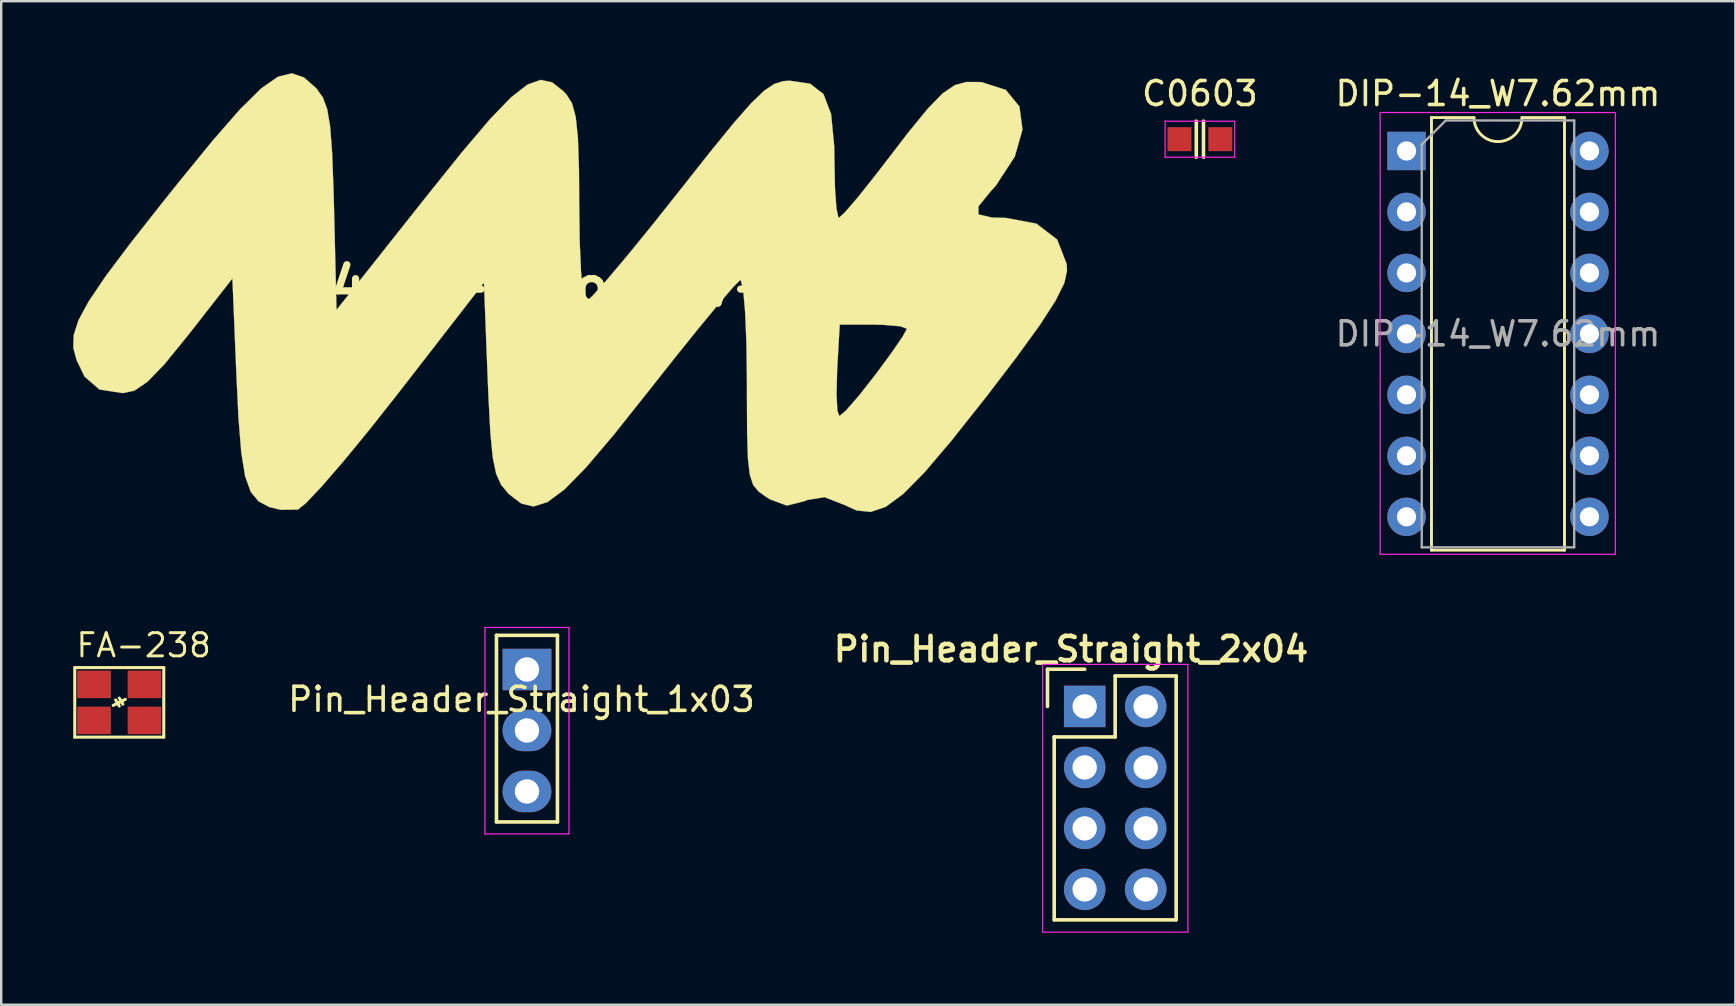
<source format=kicad_pcb>
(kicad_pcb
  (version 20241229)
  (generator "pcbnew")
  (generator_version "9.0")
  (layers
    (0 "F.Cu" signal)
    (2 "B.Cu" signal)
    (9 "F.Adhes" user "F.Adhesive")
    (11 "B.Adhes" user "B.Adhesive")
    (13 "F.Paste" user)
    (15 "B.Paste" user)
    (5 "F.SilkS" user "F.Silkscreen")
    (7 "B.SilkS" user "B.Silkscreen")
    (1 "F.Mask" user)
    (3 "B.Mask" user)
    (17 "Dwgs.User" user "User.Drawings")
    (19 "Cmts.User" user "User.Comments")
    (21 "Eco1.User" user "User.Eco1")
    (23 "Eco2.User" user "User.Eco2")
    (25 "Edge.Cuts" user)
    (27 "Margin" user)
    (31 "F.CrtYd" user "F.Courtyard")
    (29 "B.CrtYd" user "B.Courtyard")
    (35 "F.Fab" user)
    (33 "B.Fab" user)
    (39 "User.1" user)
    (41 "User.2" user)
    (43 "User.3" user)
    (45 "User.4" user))
  (footprint "FA-238"
    (layer "F.Cu")
    (at 1.918 26.208)
    (property "Reference" "FA-238" (at -1.865 -1.814 0) (layer "F.SilkS") (effects (font (size 0.965 0.965) (thickness 0.122)) (justify left bottom)))
    (attr through_hole)
    (fp_line (start -1.854 -1.448) (end 1.854 -1.448) (stroke (width 0.127) (type solid)) (layer "F.SilkS"))
    (fp_line (start -1.854 1.448) (end -1.854 -1.448) (stroke (width 0.127) (type solid)) (layer "F.SilkS"))
    (fp_line (start -0.254 0.127) (end 0.254 -0.127) (stroke (width 0.127) (type solid)) (layer "F.SilkS"))
    (fp_line (start -0.152 -0.102) (end 0 0.152) (stroke (width 0.127) (type solid)) (layer "F.SilkS"))
    (fp_line (start 0 -0.178) (end 0.152 0.076) (stroke (width 0.127) (type solid)) (layer "F.SilkS"))
    (fp_line (start 1.854 -1.448) (end 1.854 1.448) (stroke (width 0.127) (type solid)) (layer "F.SilkS"))
    (fp_line (start 1.854 1.448) (end -1.854 1.448) (stroke (width 0.127) (type solid)) (layer "F.SilkS"))
    (pad "1" smd rect (at -1.05 0.75) (size 1.4 1.15) (layers "F.Cu" "F.Mask" "F.Paste"))
    (pad "2" smd rect (at 1.05 -0.75) (size 1.4 1.15) (layers "F.Cu" "F.Mask" "F.Paste"))
    (pad "3" smd rect (at 1.05 0.75) (size 1.4 1.15) (layers "F.Cu" "F.Mask" "F.Paste"))
    (pad "4" smd rect (at -1.05 -0.75) (size 1.4 1.15) (layers "F.Cu" "F.Mask" "F.Paste")))
  (footprint "Pin_Header_Straight_1x03"
    (layer "F.Cu")
    (at 18.901 24.838)
    (property "Reference" "Pin_Header_Straight_1x03" (at -0.229 1.245 0) (layer "F.SilkS") (effects (font (size 1 1) (thickness 0.15))))
    (attr through_hole)
    (fp_line (start -1.27 -1.422) (end -1.27 6.35) (stroke (width 0.15) (type solid)) (layer "F.SilkS"))
    (fp_line (start -1.27 6.35) (end 1.27 6.35) (stroke (width 0.15) (type solid)) (layer "F.SilkS"))
    (fp_line (start 1.27 -1.422) (end -1.27 -1.422) (stroke (width 0.15) (type solid)) (layer "F.SilkS"))
    (fp_line (start 1.27 6.35) (end 1.27 -1.422) (stroke (width 0.15) (type solid)) (layer "F.SilkS"))
    (fp_line (start -1.75 -1.75) (end -1.75 6.85) (stroke (width 0.05) (type solid)) (layer "F.CrtYd"))
    (fp_line (start -1.75 -1.75) (end 1.75 -1.75) (stroke (width 0.05) (type solid)) (layer "F.CrtYd"))
    (fp_line (start -1.75 6.85) (end 1.75 6.85) (stroke (width 0.05) (type solid)) (layer "F.CrtYd"))
    (fp_line (start 1.75 -1.75) (end 1.75 6.85) (stroke (width 0.05) (type solid)) (layer "F.CrtYd"))
    (pad "1" thru_hole rect (at 0 0) (size 2.032 1.727) (drill 1.016) (layers "*.Cu"))
    (pad "2" thru_hole oval (at 0 2.54) (size 2.032 1.727) (drill 1.016) (layers "*.Cu"))
    (pad "3" thru_hole oval (at 0 5.08) (size 2.032 1.727) (drill 1.016) (layers "*.Cu")))
  (footprint "Pin_Header_Straight_2x04"
    (layer "F.Cu")
    (at 42.133 26.377)
    (property "Reference" "Pin_Header_Straight_2x04" (at -0.567 -2.385 0) (layer "F.SilkS") (effects (font (size 1.016 1.016) (thickness 0.191))))
    (attr through_hole)
    (fp_line (start -1.55 -1.55) (end -1.55 0) (stroke (width 0.15) (type solid)) (layer "F.SilkS"))
    (fp_line (start -1.27 1.27) (end -1.27 8.89) (stroke (width 0.15) (type solid)) (layer "F.SilkS"))
    (fp_line (start -1.27 8.89) (end 3.81 8.89) (stroke (width 0.15) (type solid)) (layer "F.SilkS"))
    (fp_line (start 0 -1.55) (end -1.55 -1.55) (stroke (width 0.15) (type solid)) (layer "F.SilkS"))
    (fp_line (start 1.27 -1.27) (end 1.27 1.27) (stroke (width 0.15) (type solid)) (layer "F.SilkS"))
    (fp_line (start 1.27 1.27) (end -1.27 1.27) (stroke (width 0.15) (type solid)) (layer "F.SilkS"))
    (fp_line (start 3.81 -1.27) (end 1.27 -1.27) (stroke (width 0.15) (type solid)) (layer "F.SilkS"))
    (fp_line (start 3.81 8.89) (end 3.81 -1.27) (stroke (width 0.15) (type solid)) (layer "F.SilkS"))
    (fp_line (start -1.75 -1.75) (end -1.75 9.4) (stroke (width 0.05) (type solid)) (layer "F.CrtYd"))
    (fp_line (start -1.75 -1.75) (end 4.3 -1.75) (stroke (width 0.05) (type solid)) (layer "F.CrtYd"))
    (fp_line (start -1.75 9.4) (end 4.3 9.4) (stroke (width 0.05) (type solid)) (layer "F.CrtYd"))
    (fp_line (start 4.3 -1.75) (end 4.3 9.4) (stroke (width 0.05) (type solid)) (layer "F.CrtYd"))
    (pad "1" thru_hole rect (at 0 0) (size 1.727 1.727) (drill 1.016) (layers "*.Cu" "*.Mask"))
    (pad "2" thru_hole oval (at 2.54 0) (size 1.727 1.727) (drill 1.016) (layers "*.Cu" "*.Mask"))
    (pad "3" thru_hole oval (at 0 2.54) (size 1.727 1.727) (drill 1.016) (layers "*.Cu" "*.Mask"))
    (pad "4" thru_hole oval (at 2.54 2.54) (size 1.727 1.727) (drill 1.016) (layers "*.Cu" "*.Mask"))
    (pad "5" thru_hole oval (at 0 5.08) (size 1.727 1.727) (drill 1.016) (layers "*.Cu" "*.Mask"))
    (pad "6" thru_hole oval (at 2.54 5.08) (size 1.727 1.727) (drill 1.016) (layers "*.Cu" "*.Mask"))
    (pad "7" thru_hole oval (at 0 7.62) (size 1.727 1.727) (drill 1.016) (layers "*.Cu" "*.Mask"))
    (pad "8" thru_hole oval (at 2.54 7.62) (size 1.727 1.727) (drill 1.016) (layers "*.Cu" "*.Mask")))
  (footprint "DIP-14_W7.62mm"
    (layer "F.Cu")
    (at 55.539 3.238)
    (property "Reference" "DIP-14_W7.62mm" (at 3.81 -2.39 0) (layer "F.SilkS") (effects (font (size 1 1) (thickness 0.15))))
    (attr through_hole)
    (fp_line (start 1.04 -1.39) (end 1.04 16.63) (stroke (width 0.12) (type solid)) (layer "F.SilkS"))
    (fp_line (start 1.04 16.63) (end 6.58 16.63) (stroke (width 0.12) (type solid)) (layer "F.SilkS"))
    (fp_line (start 2.81 -1.39) (end 1.04 -1.39) (stroke (width 0.12) (type solid)) (layer "F.SilkS"))
    (fp_line (start 6.58 -1.39) (end 4.81 -1.39) (stroke (width 0.12) (type solid)) (layer "F.SilkS"))
    (fp_line (start 6.58 16.63) (end 6.58 -1.39) (stroke (width 0.12) (type solid)) (layer "F.SilkS"))
    (fp_arc (start 4.81 -1.39) (mid 3.81 -0.39) (end 2.81 -1.39) (stroke (width 0.12) (type solid)) (layer "F.SilkS"))
    (fp_line (start -1.1 -1.6) (end -1.1 16.8) (stroke (width 0.05) (type solid)) (layer "F.CrtYd"))
    (fp_line (start -1.1 16.8) (end 8.7 16.8) (stroke (width 0.05) (type solid)) (layer "F.CrtYd"))
    (fp_line (start 8.7 -1.6) (end -1.1 -1.6) (stroke (width 0.05) (type solid)) (layer "F.CrtYd"))
    (fp_line (start 8.7 16.8) (end 8.7 -1.6) (stroke (width 0.05) (type solid)) (layer "F.CrtYd"))
    (fp_line (start 0.635 -0.27) (end 1.635 -1.27) (stroke (width 0.1) (type solid)) (layer "F.Fab"))
    (fp_line (start 0.635 16.51) (end 0.635 -0.27) (stroke (width 0.1) (type solid)) (layer "F.Fab"))
    (fp_line (start 1.635 -1.27) (end 6.985 -1.27) (stroke (width 0.1) (type solid)) (layer "F.Fab"))
    (fp_line (start 6.985 -1.27) (end 6.985 16.51) (stroke (width 0.1) (type solid)) (layer "F.Fab"))
    (fp_line (start 6.985 16.51) (end 0.635 16.51) (stroke (width 0.1) (type solid)) (layer "F.Fab"))
    (fp_text user "${REFERENCE}" (at 3.81 7.62 0) (layer "F.Fab") (effects (font (size 1 1) (thickness 0.15))))
    (pad "1" thru_hole rect (at 0 0) (size 1.6 1.6) (drill 0.8) (layers "*.Cu" "*.Mask"))
    (pad "2" thru_hole oval (at 0 2.54) (size 1.6 1.6) (drill 0.8) (layers "*.Cu" "*.Mask"))
    (pad "3" thru_hole oval (at 0 5.08) (size 1.6 1.6) (drill 0.8) (layers "*.Cu" "*.Mask"))
    (pad "4" thru_hole oval (at 0 7.62) (size 1.6 1.6) (drill 0.8) (layers "*.Cu" "*.Mask"))
    (pad "5" thru_hole oval (at 0 10.16) (size 1.6 1.6) (drill 0.8) (layers "*.Cu" "*.Mask"))
    (pad "6" thru_hole oval (at 0 12.7) (size 1.6 1.6) (drill 0.8) (layers "*.Cu" "*.Mask"))
    (pad "7" thru_hole oval (at 0 15.24) (size 1.6 1.6) (drill 0.8) (layers "*.Cu" "*.Mask"))
    (pad "8" thru_hole oval (at 7.62 15.24) (size 1.6 1.6) (drill 0.8) (layers "*.Cu" "*.Mask"))
    (pad "9" thru_hole oval (at 7.62 12.7) (size 1.6 1.6) (drill 0.8) (layers "*.Cu" "*.Mask"))
    (pad "10" thru_hole oval (at 7.62 10.16) (size 1.6 1.6) (drill 0.8) (layers "*.Cu" "*.Mask"))
    (pad "11" thru_hole oval (at 7.62 7.62) (size 1.6 1.6) (drill 0.8) (layers "*.Cu" "*.Mask"))
    (pad "12" thru_hole oval (at 7.62 5.08) (size 1.6 1.6) (drill 0.8) (layers "*.Cu" "*.Mask"))
    (pad "13" thru_hole oval (at 7.62 2.54) (size 1.6 1.6) (drill 0.8) (layers "*.Cu" "*.Mask"))
    (pad "14" thru_hole oval (at 7.62 0) (size 1.6 1.6) (drill 0.8) (layers "*.Cu" "*.Mask")))
  (footprint "C0603"
    (layer "F.Cu")
    (at 46.932 2.748)
    (property "Reference" "C0603" (at 0 -1.9 0) (layer "F.SilkS") (effects (font (size 1 1) (thickness 0.15))))
    (attr smd)
    (fp_line (start -0.15 -0.75) (end -0.15 0.75) (stroke (width 0.15) (type solid)) (layer "F.SilkS"))
    (fp_line (start 0.15 0.75) (end 0.15 -0.75) (stroke (width 0.15) (type solid)) (layer "F.SilkS"))
    (fp_line (start -1.45 -0.75) (end -1.45 0.75) (stroke (width 0.05) (type solid)) (layer "F.CrtYd"))
    (fp_line (start -1.45 -0.75) (end 1.45 -0.75) (stroke (width 0.05) (type solid)) (layer "F.CrtYd"))
    (fp_line (start -1.45 0.75) (end 1.45 0.75) (stroke (width 0.05) (type solid)) (layer "F.CrtYd"))
    (fp_line (start 1.45 -0.75) (end 1.45 0.75) (stroke (width 0.05) (type solid)) (layer "F.CrtYd"))
    (pad "1" smd rect (at -0.85 0) (size 1 1) (layers "F.Cu" "F.Mask" "F.Paste"))
    (pad "2" smd rect (at 0.85 0) (size 1 1) (layers "F.Cu" "F.Mask" "F.Paste")))
  (footprint "4ms-logo-inv-3"
    (layer "F.Cu")
    (at 20.76 8.885)
    (property "Reference" "4ms-logo-inv-3" (at 0 0 0) (layer "F.SilkS") (effects (font (size 1.524 1.524) (thickness 0.3))))
    (attr through_hole)
    (fp_poly (pts (xy -11.152 -8.712) (xy -10.657 -8.279) (xy -10.62 -8.238) (xy -10.363 -7.879) (xy -10.18 -7.39) (xy -10.056 -6.653) (xy -9.974 -5.553) (xy -9.915 -3.975) (xy -9.897 -3.291) (xy -9.793 0.974) (xy -6.01 -3.799) (xy -4.553 -5.613) (xy -3.411 -6.958) (xy -2.526 -7.877) (xy -1.838 -8.412) (xy -1.287 -8.608) (xy -0.814 -8.506) (xy -0.358 -8.151) (xy -0.208 -7.992) (xy 0.018 -7.632) (xy 0.171 -7.069) (xy 0.264 -6.19) (xy 0.308 -4.882) (xy 0.318 -3.388) (xy 0.338 -1.874) (xy 0.393 -0.62) (xy 0.475 0.254) (xy 0.576 0.629) (xy 0.59 0.635) (xy 0.864 0.397) (xy 1.459 -0.265) (xy 2.309 -1.273) (xy 3.349 -2.548) (xy 4.478 -3.969) (xy 5.771 -5.605) (xy 6.747 -6.803) (xy 7.473 -7.63) (xy 8.017 -8.153) (xy 8.445 -8.44) (xy 8.824 -8.556) (xy 9.087 -8.573) (xy 9.935 -8.449) (xy 10.492 -8.017) (xy 10.81 -7.182) (xy 10.939 -5.852) (xy 10.949 -5.197) (xy 10.973 -4.07) (xy 11.033 -3.241) (xy 11.116 -2.866) (xy 11.13 -2.859) (xy 11.388 -3.094) (xy 11.927 -3.72) (xy 12.645 -4.622) (xy 12.936 -5.001) (xy 14.033 -6.427) (xy 14.844 -7.418) (xy 15.458 -8.046) (xy 15.962 -8.389) (xy 16.447 -8.521) (xy 17.002 -8.517) (xy 17.087 -8.511) (xy 18.087 -8.19) (xy 18.655 -7.498) (xy 18.782 -6.537) (xy 18.46 -5.409) (xy 17.681 -4.214) (xy 17.447 -3.953) (xy 16.946 -3.336) (xy 16.95 -3.003) (xy 17.509 -2.872) (xy 18.098 -2.857) (xy 19.359 -2.62) (xy 20.228 -1.957) (xy 20.623 -0.936) (xy 20.637 -0.66) (xy 20.526 -0.147) (xy 20.162 0.586) (xy 19.504 1.605) (xy 18.509 2.977) (xy 17.265 4.602) (xy 15.837 6.404) (xy 14.708 7.734) (xy 13.812 8.642) (xy 13.084 9.177) (xy 12.459 9.389) (xy 11.872 9.327) (xy 11.343 9.089) (xy 10.538 8.774) (xy 9.815 8.891) (xy 9.689 8.945) (xy 8.967 9.125) (xy 8.261 8.864) (xy 8.109 8.769) (xy 7.786 8.537) (xy 7.563 8.265) (xy 7.422 7.839) (xy 7.344 7.15) (xy 7.311 6.083) (xy 7.303 4.528) (xy 7.303 4.497) (xy 11.035 4.497) (xy 11.074 5.187) (xy 11.154 5.398) (xy 11.431 5.163) (xy 11.967 4.548) (xy 12.648 3.683) (xy 12.662 3.665) (xy 13.318 2.773) (xy 13.787 2.09) (xy 13.97 1.762) (xy 13.97 1.76) (xy 13.686 1.656) (xy 12.97 1.595) (xy 12.569 1.587) (xy 11.169 1.587) (xy 11.061 3.493) (xy 11.035 4.497) (xy 7.303 4.497) (xy 7.303 3.935) (xy 7.283 2.376) (xy 7.23 1.084) (xy 7.151 0.172) (xy 7.053 -0.25) (xy 7.022 -0.265) (xy 6.745 0.008) (xy 6.147 0.702) (xy 5.295 1.734) (xy 4.258 3.024) (xy 3.2 4.362) (xy 1.748 6.187) (xy 0.602 7.536) (xy -0.296 8.453) (xy -1.005 8.98) (xy -1.585 9.162) (xy -2.095 9.04) (xy -2.595 8.659) (xy -2.648 8.606) (xy -2.938 8.256) (xy -3.142 7.804) (xy -3.284 7.128) (xy -3.383 6.108) (xy -3.462 4.621) (xy -3.493 3.881) (xy -3.651 -0.159) (xy -7.263 4.498) (xy -8.436 5.982) (xy -9.509 7.287) (xy -10.409 8.328) (xy -11.066 9.024) (xy -11.402 9.292) (xy -12.127 9.299) (xy -12.588 9.187) (xy -13.037 8.95) (xy -13.365 8.556) (xy -13.599 7.907) (xy -13.761 6.906) (xy -13.877 5.454) (xy -13.961 3.723) (xy -14.129 -0.333) (xy -15.998 2.056) (xy -16.957 3.233) (xy -17.663 3.965) (xy -18.214 4.339) (xy -18.697 4.44) (xy -19.669 4.289) (xy -20.287 3.753) (xy -20.62 3.063) (xy -20.755 2.56) (xy -20.743 2.032) (xy -20.542 1.406) (xy -20.111 0.61) (xy -19.409 -0.428) (xy -18.394 -1.78) (xy -17.027 -3.518) (xy -16.412 -4.286) (xy -14.959 -6.068) (xy -13.817 -7.376) (xy -12.927 -8.254) (xy -12.226 -8.741) (xy -11.655 -8.88) (xy -11.152 -8.712)) (stroke (width 0.01) (type solid)) (fill yes) (layer "F.SilkS")))
  (gr_rect
    (start -3 -3)
    (end 69.236 38.802)
    (stroke (width 0.1) (type default))
    (fill no)
    (layer "Edge.Cuts")))
</source>
